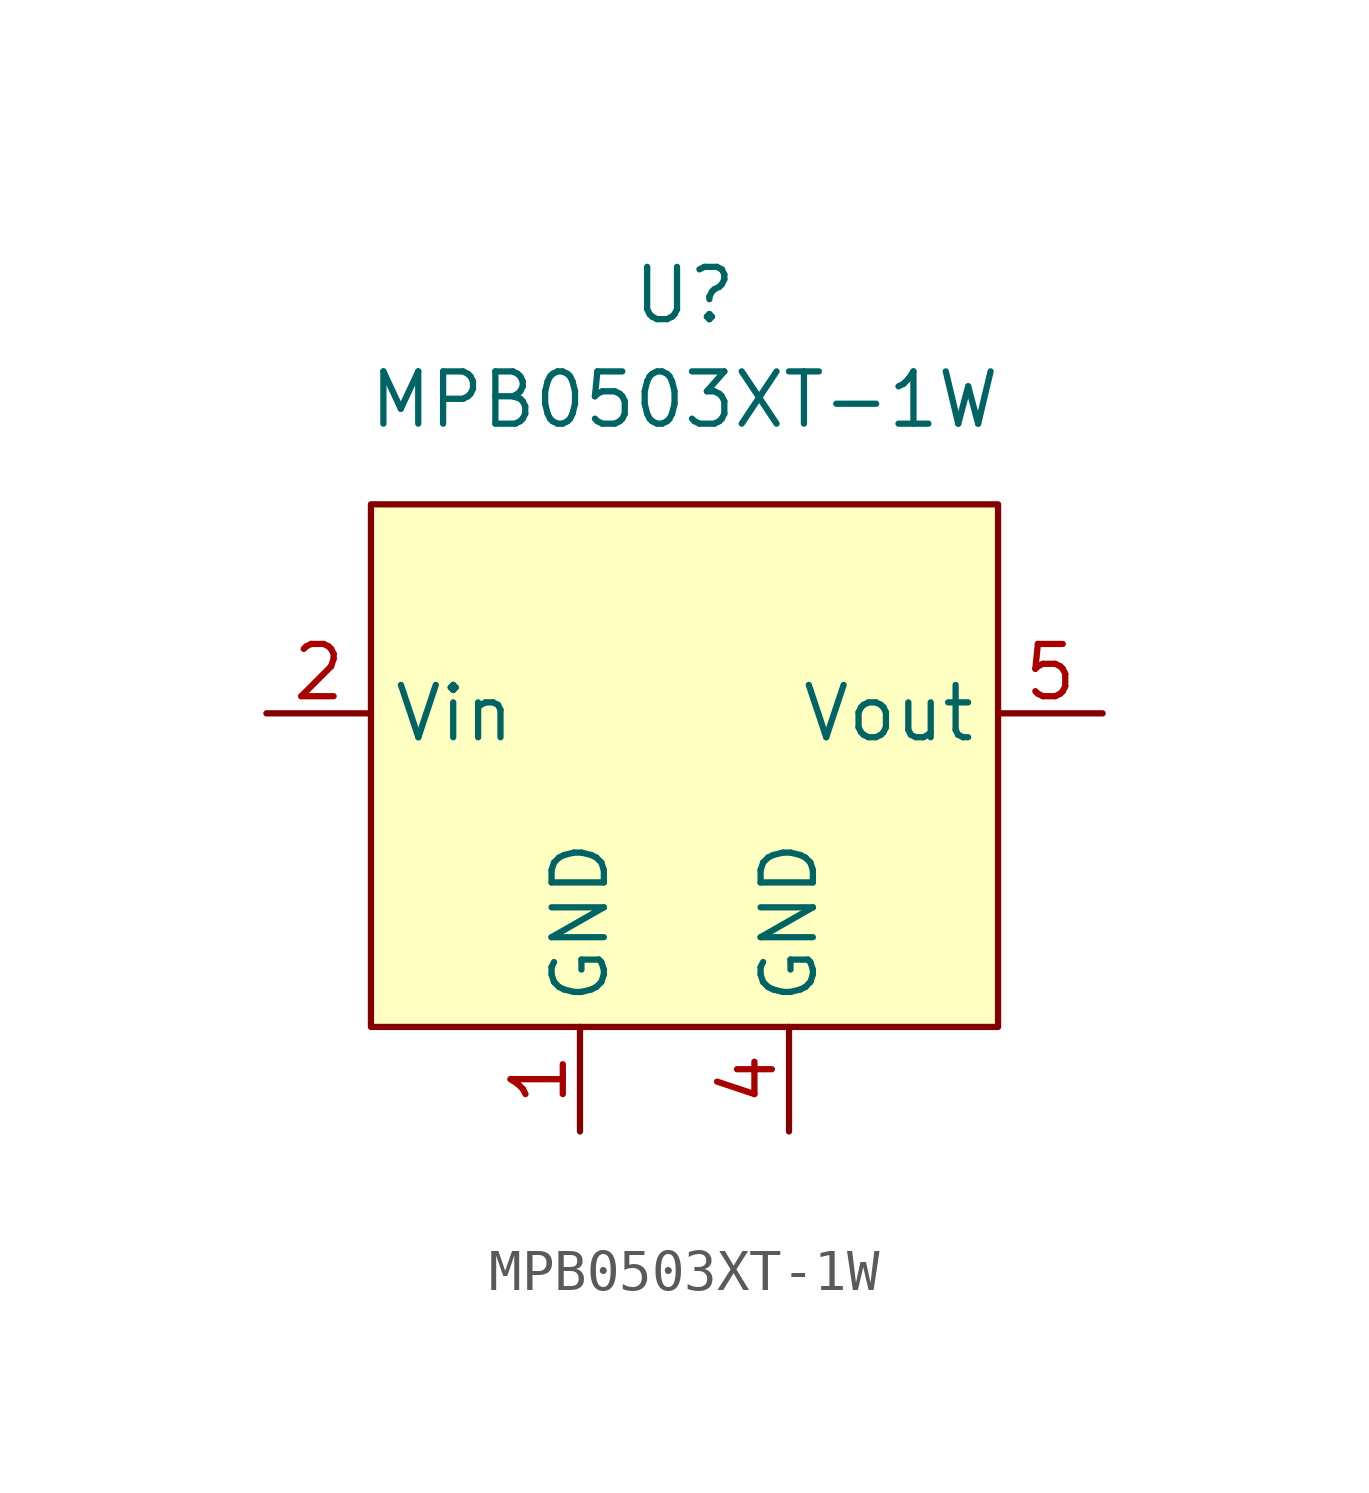
<source format=kicad_sym>
(kicad_symbol_lib
  (version 20211014)
  (generator kicad_symbol_editor)
  (symbol "MPB0503XT-1W"
    (property "Reference" "U"
      (at 0 10.16 0)
      (effects (font (size 1.27 1.27))))
    (property "Value" "MPB0503XT-1W"
      (at 0 7.62 0)
      (effects (font (size 1.27 1.27))))
    (symbol "MPB0503XT-1W_0_1"
      (rectangle (start -7.62 5.08) (end 7.62 -7.62) (stroke (width 0.152) (type default) (color 0 0 0 0)) (fill (type background))))
    (symbol "MPB0503XT-1W_1_1"
      (pin input line (at -2.54 -10.16 90) (length 2.54) (name "GND" (effects (font (size 1.27 1.27)))) (number "1" (effects (font (size 1.27 1.27)))))
      (pin input line (at -10.16 0 0) (length 2.54) (name "Vin" (effects (font (size 1.27 1.27)))) (number "2" (effects (font (size 1.27 1.27)))))
      (pin input line (at 2.54 -10.16 90) (length 2.54) (name "GND" (effects (font (size 1.27 1.27)))) (number "4" (effects (font (size 1.27 1.27)))))
      (pin input line (at 10.16 0 180) (length 2.54) (name "Vout" (effects (font (size 1.27 1.27)))) (number "5" (effects (font (size 1.27 1.27))))))))
</source>
